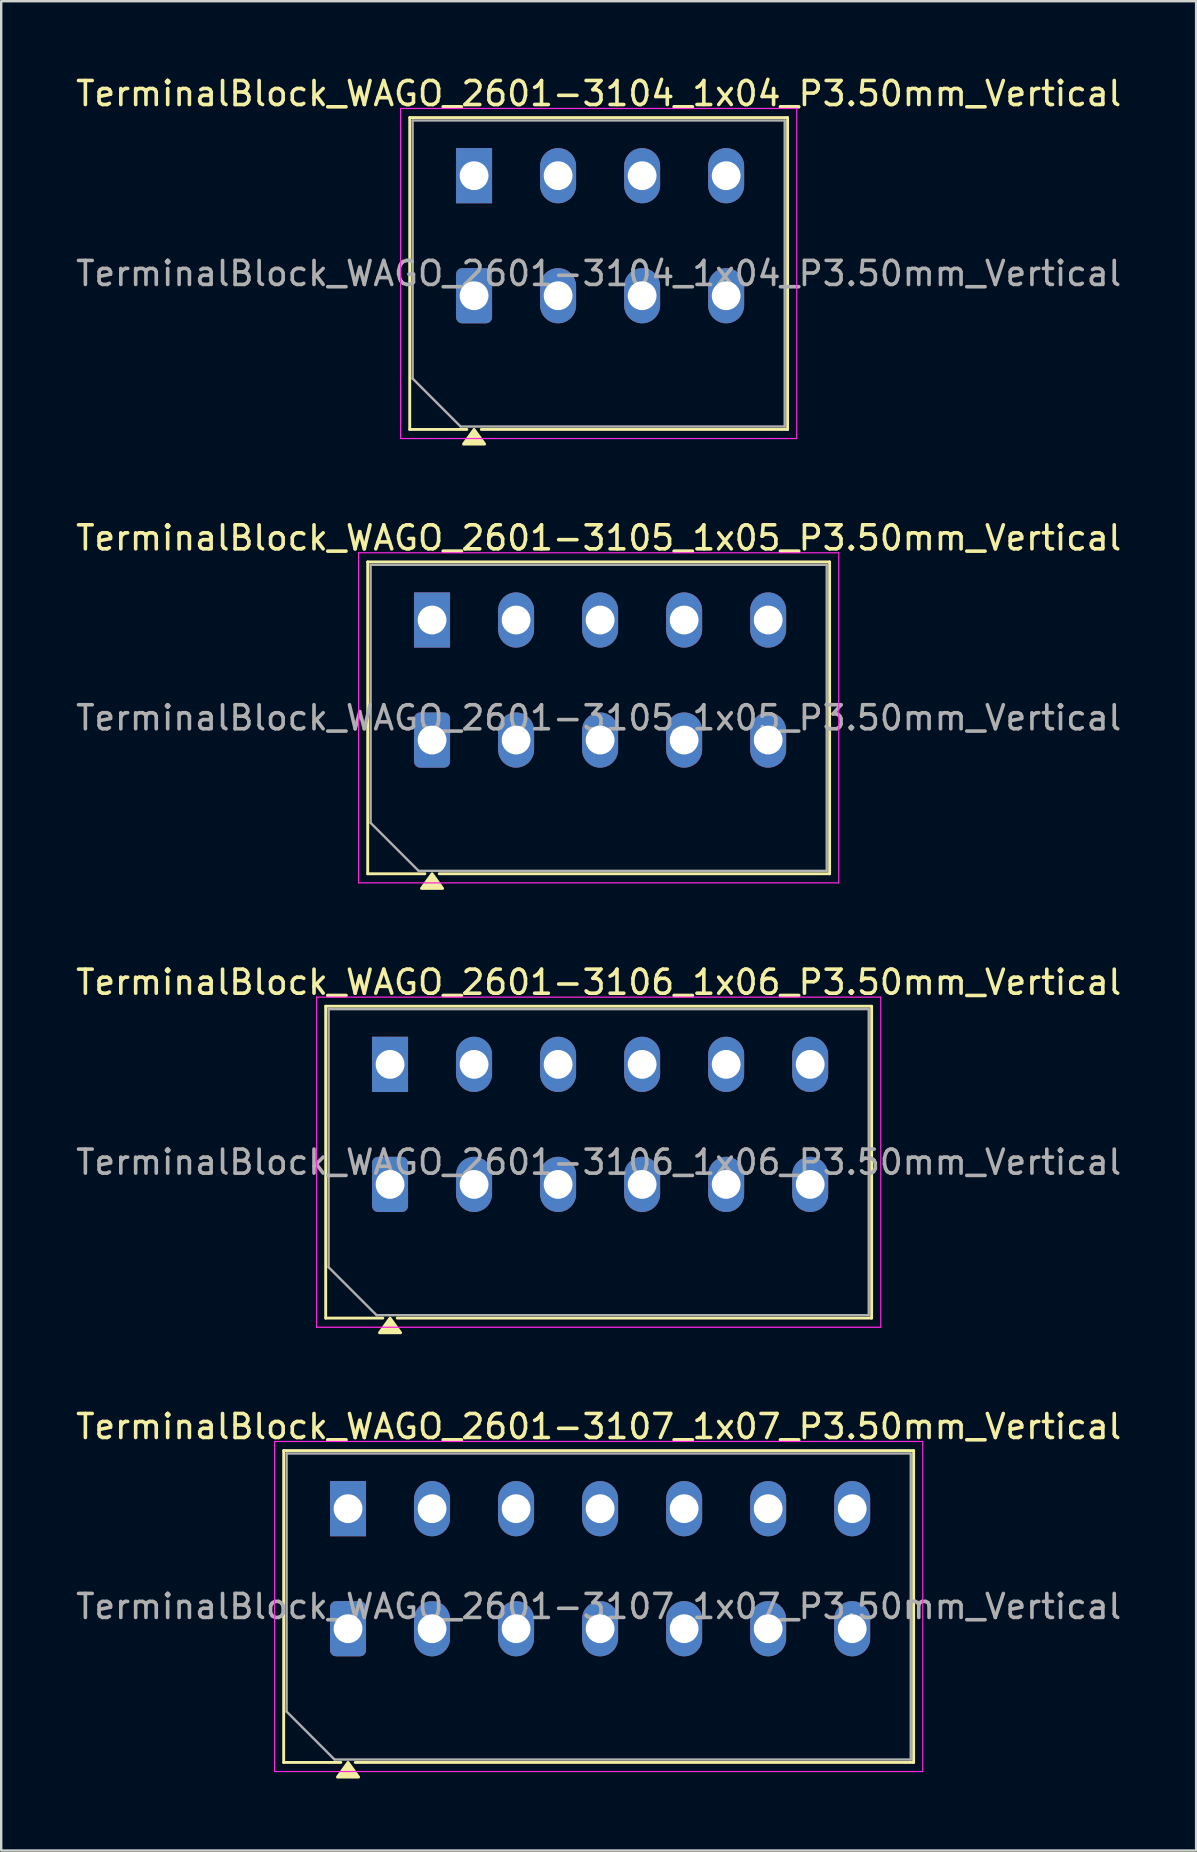
<source format=kicad_pcb>
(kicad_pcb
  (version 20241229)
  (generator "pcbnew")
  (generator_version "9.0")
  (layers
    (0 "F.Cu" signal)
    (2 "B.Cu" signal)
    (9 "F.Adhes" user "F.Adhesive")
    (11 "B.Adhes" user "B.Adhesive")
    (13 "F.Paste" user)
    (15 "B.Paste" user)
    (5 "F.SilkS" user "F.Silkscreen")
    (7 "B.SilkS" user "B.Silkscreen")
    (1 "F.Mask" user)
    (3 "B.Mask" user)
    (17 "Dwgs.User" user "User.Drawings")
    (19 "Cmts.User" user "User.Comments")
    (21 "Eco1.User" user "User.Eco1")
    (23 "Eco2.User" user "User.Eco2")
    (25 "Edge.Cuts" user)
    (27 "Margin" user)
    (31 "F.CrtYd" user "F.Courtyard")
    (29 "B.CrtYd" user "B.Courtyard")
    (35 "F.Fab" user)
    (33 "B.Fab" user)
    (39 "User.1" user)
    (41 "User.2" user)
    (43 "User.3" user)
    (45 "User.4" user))
  (footprint "TerminalBlock_WAGO_2601-3105_1x05_P3.50mm_Vertical"
    (layer "F.Cu")
    (at 14.947 27.776)
    (property "Reference" "TerminalBlock_WAGO_2601-3105_1x05_P3.50mm_Vertical" (at 6.94 -8.42 0) (layer "F.SilkS") (effects (font (size 1 1) (thickness 0.15))))
    (attr through_hole)
    (fp_line (start -2.68 -7.42) (end -2.68 5.57) (stroke (width 0.12) (type solid)) (layer "F.SilkS"))
    (fp_line (start -2.68 -7.42) (end 16.56 -7.42) (stroke (width 0.12) (type solid)) (layer "F.SilkS"))
    (fp_line (start -2.68 5.57) (end -0.3 5.57) (stroke (width 0.12) (type solid)) (layer "F.SilkS"))
    (fp_line (start 0.3 5.57) (end 16.56 5.57) (stroke (width 0.12) (type solid)) (layer "F.SilkS"))
    (fp_line (start 16.56 -7.42) (end 16.56 5.57) (stroke (width 0.12) (type solid)) (layer "F.SilkS"))
    (fp_poly (pts (xy 0 5.57) (xy 0.44 6.18) (xy -0.44 6.18)) (stroke (width 0.12) (type solid)) (fill yes) (layer "F.SilkS"))
    (fp_line (start -3.06 -7.8) (end -3.06 5.95) (stroke (width 0.05) (type solid)) (layer "F.CrtYd"))
    (fp_line (start -3.06 5.95) (end 16.94 5.95) (stroke (width 0.05) (type solid)) (layer "F.CrtYd"))
    (fp_line (start 16.94 -7.8) (end -3.06 -7.8) (stroke (width 0.05) (type solid)) (layer "F.CrtYd"))
    (fp_line (start 16.94 5.95) (end 16.94 -7.8) (stroke (width 0.05) (type solid)) (layer "F.CrtYd"))
    (fp_line (start -2.56 -7.3) (end 16.44 -7.3) (stroke (width 0.1) (type solid)) (layer "F.Fab"))
    (fp_line (start -2.56 3.45) (end -2.56 -7.3) (stroke (width 0.1) (type solid)) (layer "F.Fab"))
    (fp_line (start -0.56 5.45) (end -2.56 3.45) (stroke (width 0.1) (type solid)) (layer "F.Fab"))
    (fp_line (start 16.44 -7.3) (end 16.44 5.45) (stroke (width 0.1) (type solid)) (layer "F.Fab"))
    (fp_line (start 16.44 5.45) (end -0.56 5.45) (stroke (width 0.1) (type solid)) (layer "F.Fab"))
    (fp_text user "${REFERENCE}" (at 6.94 -0.925 0) (layer "F.Fab") (effects (font (size 1 1) (thickness 0.15))))
    (pad "1" thru_hole rect (at 0 -5) (size 1.5 2.3) (drill 1.2) (layers "*.Cu" "*.Mask"))
    (pad "1" thru_hole roundrect (at 0 0) (size 1.5 2.3) (drill 1.2) (layers "*.Cu" "*.Mask") (roundrect_rratio 0.167))
    (pad "2" thru_hole oval (at 3.5 -5) (size 1.5 2.3) (drill 1.2) (layers "*.Cu" "*.Mask"))
    (pad "2" thru_hole oval (at 3.5 0) (size 1.5 2.3) (drill 1.2) (layers "*.Cu" "*.Mask"))
    (pad "3" thru_hole oval (at 7 -5) (size 1.5 2.3) (drill 1.2) (layers "*.Cu" "*.Mask"))
    (pad "3" thru_hole oval (at 7 0) (size 1.5 2.3) (drill 1.2) (layers "*.Cu" "*.Mask"))
    (pad "4" thru_hole oval (at 10.5 -5) (size 1.5 2.3) (drill 1.2) (layers "*.Cu" "*.Mask"))
    (pad "4" thru_hole oval (at 10.5 0) (size 1.5 2.3) (drill 1.2) (layers "*.Cu" "*.Mask"))
    (pad "5" thru_hole oval (at 14 -5) (size 1.5 2.3) (drill 1.2) (layers "*.Cu" "*.Mask"))
    (pad "5" thru_hole oval (at 14 0) (size 1.5 2.3) (drill 1.2) (layers "*.Cu" "*.Mask")))
  (footprint "TerminalBlock_WAGO_2601-3107_1x07_P3.50mm_Vertical"
    (layer "F.Cu")
    (at 11.447 64.793)
    (property "Reference" "TerminalBlock_WAGO_2601-3107_1x07_P3.50mm_Vertical" (at 10.44 -8.42 0) (layer "F.SilkS") (effects (font (size 1 1) (thickness 0.15))))
    (attr through_hole)
    (fp_line (start -2.68 -7.42) (end -2.68 5.57) (stroke (width 0.12) (type solid)) (layer "F.SilkS"))
    (fp_line (start -2.68 -7.42) (end 23.56 -7.42) (stroke (width 0.12) (type solid)) (layer "F.SilkS"))
    (fp_line (start -2.68 5.57) (end -0.3 5.57) (stroke (width 0.12) (type solid)) (layer "F.SilkS"))
    (fp_line (start 0.3 5.57) (end 23.56 5.57) (stroke (width 0.12) (type solid)) (layer "F.SilkS"))
    (fp_line (start 23.56 -7.42) (end 23.56 5.57) (stroke (width 0.12) (type solid)) (layer "F.SilkS"))
    (fp_poly (pts (xy 0 5.57) (xy 0.44 6.18) (xy -0.44 6.18)) (stroke (width 0.12) (type solid)) (fill yes) (layer "F.SilkS"))
    (fp_line (start -3.06 -7.8) (end -3.06 5.95) (stroke (width 0.05) (type solid)) (layer "F.CrtYd"))
    (fp_line (start -3.06 5.95) (end 23.94 5.95) (stroke (width 0.05) (type solid)) (layer "F.CrtYd"))
    (fp_line (start 23.94 -7.8) (end -3.06 -7.8) (stroke (width 0.05) (type solid)) (layer "F.CrtYd"))
    (fp_line (start 23.94 5.95) (end 23.94 -7.8) (stroke (width 0.05) (type solid)) (layer "F.CrtYd"))
    (fp_line (start -2.56 -7.3) (end 23.44 -7.3) (stroke (width 0.1) (type solid)) (layer "F.Fab"))
    (fp_line (start -2.56 3.45) (end -2.56 -7.3) (stroke (width 0.1) (type solid)) (layer "F.Fab"))
    (fp_line (start -0.56 5.45) (end -2.56 3.45) (stroke (width 0.1) (type solid)) (layer "F.Fab"))
    (fp_line (start 23.44 -7.3) (end 23.44 5.45) (stroke (width 0.1) (type solid)) (layer "F.Fab"))
    (fp_line (start 23.44 5.45) (end -0.56 5.45) (stroke (width 0.1) (type solid)) (layer "F.Fab"))
    (fp_text user "${REFERENCE}" (at 10.44 -0.925 0) (layer "F.Fab") (effects (font (size 1 1) (thickness 0.15))))
    (pad "1" thru_hole rect (at 0 -5) (size 1.5 2.3) (drill 1.2) (layers "*.Cu" "*.Mask"))
    (pad "1" thru_hole roundrect (at 0 0) (size 1.5 2.3) (drill 1.2) (layers "*.Cu" "*.Mask") (roundrect_rratio 0.167))
    (pad "2" thru_hole oval (at 3.5 -5) (size 1.5 2.3) (drill 1.2) (layers "*.Cu" "*.Mask"))
    (pad "2" thru_hole oval (at 3.5 0) (size 1.5 2.3) (drill 1.2) (layers "*.Cu" "*.Mask"))
    (pad "3" thru_hole oval (at 7 -5) (size 1.5 2.3) (drill 1.2) (layers "*.Cu" "*.Mask"))
    (pad "3" thru_hole oval (at 7 0) (size 1.5 2.3) (drill 1.2) (layers "*.Cu" "*.Mask"))
    (pad "4" thru_hole oval (at 10.5 -5) (size 1.5 2.3) (drill 1.2) (layers "*.Cu" "*.Mask"))
    (pad "4" thru_hole oval (at 10.5 0) (size 1.5 2.3) (drill 1.2) (layers "*.Cu" "*.Mask"))
    (pad "5" thru_hole oval (at 14 -5) (size 1.5 2.3) (drill 1.2) (layers "*.Cu" "*.Mask"))
    (pad "5" thru_hole oval (at 14 0) (size 1.5 2.3) (drill 1.2) (layers "*.Cu" "*.Mask"))
    (pad "6" thru_hole oval (at 17.5 -5) (size 1.5 2.3) (drill 1.2) (layers "*.Cu" "*.Mask"))
    (pad "6" thru_hole oval (at 17.5 0) (size 1.5 2.3) (drill 1.2) (layers "*.Cu" "*.Mask"))
    (pad "7" thru_hole oval (at 21 -5) (size 1.5 2.3) (drill 1.2) (layers "*.Cu" "*.Mask"))
    (pad "7" thru_hole oval (at 21 0) (size 1.5 2.3) (drill 1.2) (layers "*.Cu" "*.Mask")))
  (footprint "TerminalBlock_WAGO_2601-3104_1x04_P3.50mm_Vertical"
    (layer "F.Cu")
    (at 16.697 9.268)
    (property "Reference" "TerminalBlock_WAGO_2601-3104_1x04_P3.50mm_Vertical" (at 5.19 -8.42 0) (layer "F.SilkS") (effects (font (size 1 1) (thickness 0.15))))
    (attr through_hole)
    (fp_line (start -2.68 -7.42) (end -2.68 5.57) (stroke (width 0.12) (type solid)) (layer "F.SilkS"))
    (fp_line (start -2.68 -7.42) (end 13.06 -7.42) (stroke (width 0.12) (type solid)) (layer "F.SilkS"))
    (fp_line (start -2.68 5.57) (end -0.3 5.57) (stroke (width 0.12) (type solid)) (layer "F.SilkS"))
    (fp_line (start 0.3 5.57) (end 13.06 5.57) (stroke (width 0.12) (type solid)) (layer "F.SilkS"))
    (fp_line (start 13.06 -7.42) (end 13.06 5.57) (stroke (width 0.12) (type solid)) (layer "F.SilkS"))
    (fp_poly (pts (xy 0 5.57) (xy 0.44 6.18) (xy -0.44 6.18)) (stroke (width 0.12) (type solid)) (fill yes) (layer "F.SilkS"))
    (fp_line (start -3.06 -7.8) (end -3.06 5.95) (stroke (width 0.05) (type solid)) (layer "F.CrtYd"))
    (fp_line (start -3.06 5.95) (end 13.44 5.95) (stroke (width 0.05) (type solid)) (layer "F.CrtYd"))
    (fp_line (start 13.44 -7.8) (end -3.06 -7.8) (stroke (width 0.05) (type solid)) (layer "F.CrtYd"))
    (fp_line (start 13.44 5.95) (end 13.44 -7.8) (stroke (width 0.05) (type solid)) (layer "F.CrtYd"))
    (fp_line (start -2.56 -7.3) (end 12.94 -7.3) (stroke (width 0.1) (type solid)) (layer "F.Fab"))
    (fp_line (start -2.56 3.45) (end -2.56 -7.3) (stroke (width 0.1) (type solid)) (layer "F.Fab"))
    (fp_line (start -0.56 5.45) (end -2.56 3.45) (stroke (width 0.1) (type solid)) (layer "F.Fab"))
    (fp_line (start 12.94 -7.3) (end 12.94 5.45) (stroke (width 0.1) (type solid)) (layer "F.Fab"))
    (fp_line (start 12.94 5.45) (end -0.56 5.45) (stroke (width 0.1) (type solid)) (layer "F.Fab"))
    (fp_text user "${REFERENCE}" (at 5.19 -0.925 0) (layer "F.Fab") (effects (font (size 1 1) (thickness 0.15))))
    (pad "1" thru_hole rect (at 0 -5) (size 1.5 2.3) (drill 1.2) (layers "*.Cu" "*.Mask"))
    (pad "1" thru_hole roundrect (at 0 0) (size 1.5 2.3) (drill 1.2) (layers "*.Cu" "*.Mask") (roundrect_rratio 0.167))
    (pad "2" thru_hole oval (at 3.5 -5) (size 1.5 2.3) (drill 1.2) (layers "*.Cu" "*.Mask"))
    (pad "2" thru_hole oval (at 3.5 0) (size 1.5 2.3) (drill 1.2) (layers "*.Cu" "*.Mask"))
    (pad "3" thru_hole oval (at 7 -5) (size 1.5 2.3) (drill 1.2) (layers "*.Cu" "*.Mask"))
    (pad "3" thru_hole oval (at 7 0) (size 1.5 2.3) (drill 1.2) (layers "*.Cu" "*.Mask"))
    (pad "4" thru_hole oval (at 10.5 -5) (size 1.5 2.3) (drill 1.2) (layers "*.Cu" "*.Mask"))
    (pad "4" thru_hole oval (at 10.5 0) (size 1.5 2.3) (drill 1.2) (layers "*.Cu" "*.Mask")))
  (footprint "TerminalBlock_WAGO_2601-3106_1x06_P3.50mm_Vertical"
    (layer "F.Cu")
    (at 13.197 46.285)
    (property "Reference" "TerminalBlock_WAGO_2601-3106_1x06_P3.50mm_Vertical" (at 8.69 -8.42 0) (layer "F.SilkS") (effects (font (size 1 1) (thickness 0.15))))
    (attr through_hole)
    (fp_line (start -2.68 -7.42) (end -2.68 5.57) (stroke (width 0.12) (type solid)) (layer "F.SilkS"))
    (fp_line (start -2.68 -7.42) (end 20.06 -7.42) (stroke (width 0.12) (type solid)) (layer "F.SilkS"))
    (fp_line (start -2.68 5.57) (end -0.3 5.57) (stroke (width 0.12) (type solid)) (layer "F.SilkS"))
    (fp_line (start 0.3 5.57) (end 20.06 5.57) (stroke (width 0.12) (type solid)) (layer "F.SilkS"))
    (fp_line (start 20.06 -7.42) (end 20.06 5.57) (stroke (width 0.12) (type solid)) (layer "F.SilkS"))
    (fp_poly (pts (xy 0 5.57) (xy 0.44 6.18) (xy -0.44 6.18)) (stroke (width 0.12) (type solid)) (fill yes) (layer "F.SilkS"))
    (fp_line (start -3.06 -7.8) (end -3.06 5.95) (stroke (width 0.05) (type solid)) (layer "F.CrtYd"))
    (fp_line (start -3.06 5.95) (end 20.44 5.95) (stroke (width 0.05) (type solid)) (layer "F.CrtYd"))
    (fp_line (start 20.44 -7.8) (end -3.06 -7.8) (stroke (width 0.05) (type solid)) (layer "F.CrtYd"))
    (fp_line (start 20.44 5.95) (end 20.44 -7.8) (stroke (width 0.05) (type solid)) (layer "F.CrtYd"))
    (fp_line (start -2.56 -7.3) (end 19.94 -7.3) (stroke (width 0.1) (type solid)) (layer "F.Fab"))
    (fp_line (start -2.56 3.45) (end -2.56 -7.3) (stroke (width 0.1) (type solid)) (layer "F.Fab"))
    (fp_line (start -0.56 5.45) (end -2.56 3.45) (stroke (width 0.1) (type solid)) (layer "F.Fab"))
    (fp_line (start 19.94 -7.3) (end 19.94 5.45) (stroke (width 0.1) (type solid)) (layer "F.Fab"))
    (fp_line (start 19.94 5.45) (end -0.56 5.45) (stroke (width 0.1) (type solid)) (layer "F.Fab"))
    (fp_text user "${REFERENCE}" (at 8.69 -0.925 0) (layer "F.Fab") (effects (font (size 1 1) (thickness 0.15))))
    (pad "1" thru_hole rect (at 0 -5) (size 1.5 2.3) (drill 1.2) (layers "*.Cu" "*.Mask"))
    (pad "1" thru_hole roundrect (at 0 0) (size 1.5 2.3) (drill 1.2) (layers "*.Cu" "*.Mask") (roundrect_rratio 0.167))
    (pad "2" thru_hole oval (at 3.5 -5) (size 1.5 2.3) (drill 1.2) (layers "*.Cu" "*.Mask"))
    (pad "2" thru_hole oval (at 3.5 0) (size 1.5 2.3) (drill 1.2) (layers "*.Cu" "*.Mask"))
    (pad "3" thru_hole oval (at 7 -5) (size 1.5 2.3) (drill 1.2) (layers "*.Cu" "*.Mask"))
    (pad "3" thru_hole oval (at 7 0) (size 1.5 2.3) (drill 1.2) (layers "*.Cu" "*.Mask"))
    (pad "4" thru_hole oval (at 10.5 -5) (size 1.5 2.3) (drill 1.2) (layers "*.Cu" "*.Mask"))
    (pad "4" thru_hole oval (at 10.5 0) (size 1.5 2.3) (drill 1.2) (layers "*.Cu" "*.Mask"))
    (pad "5" thru_hole oval (at 14 -5) (size 1.5 2.3) (drill 1.2) (layers "*.Cu" "*.Mask"))
    (pad "5" thru_hole oval (at 14 0) (size 1.5 2.3) (drill 1.2) (layers "*.Cu" "*.Mask"))
    (pad "6" thru_hole oval (at 17.5 -5) (size 1.5 2.3) (drill 1.2) (layers "*.Cu" "*.Mask"))
    (pad "6" thru_hole oval (at 17.5 0) (size 1.5 2.3) (drill 1.2) (layers "*.Cu" "*.Mask")))
  (gr_rect
    (start -3 -3)
    (end 46.774 74.033)
    (stroke (width 0.1) (type default))
    (fill no)
    (layer "Edge.Cuts")))
</source>
